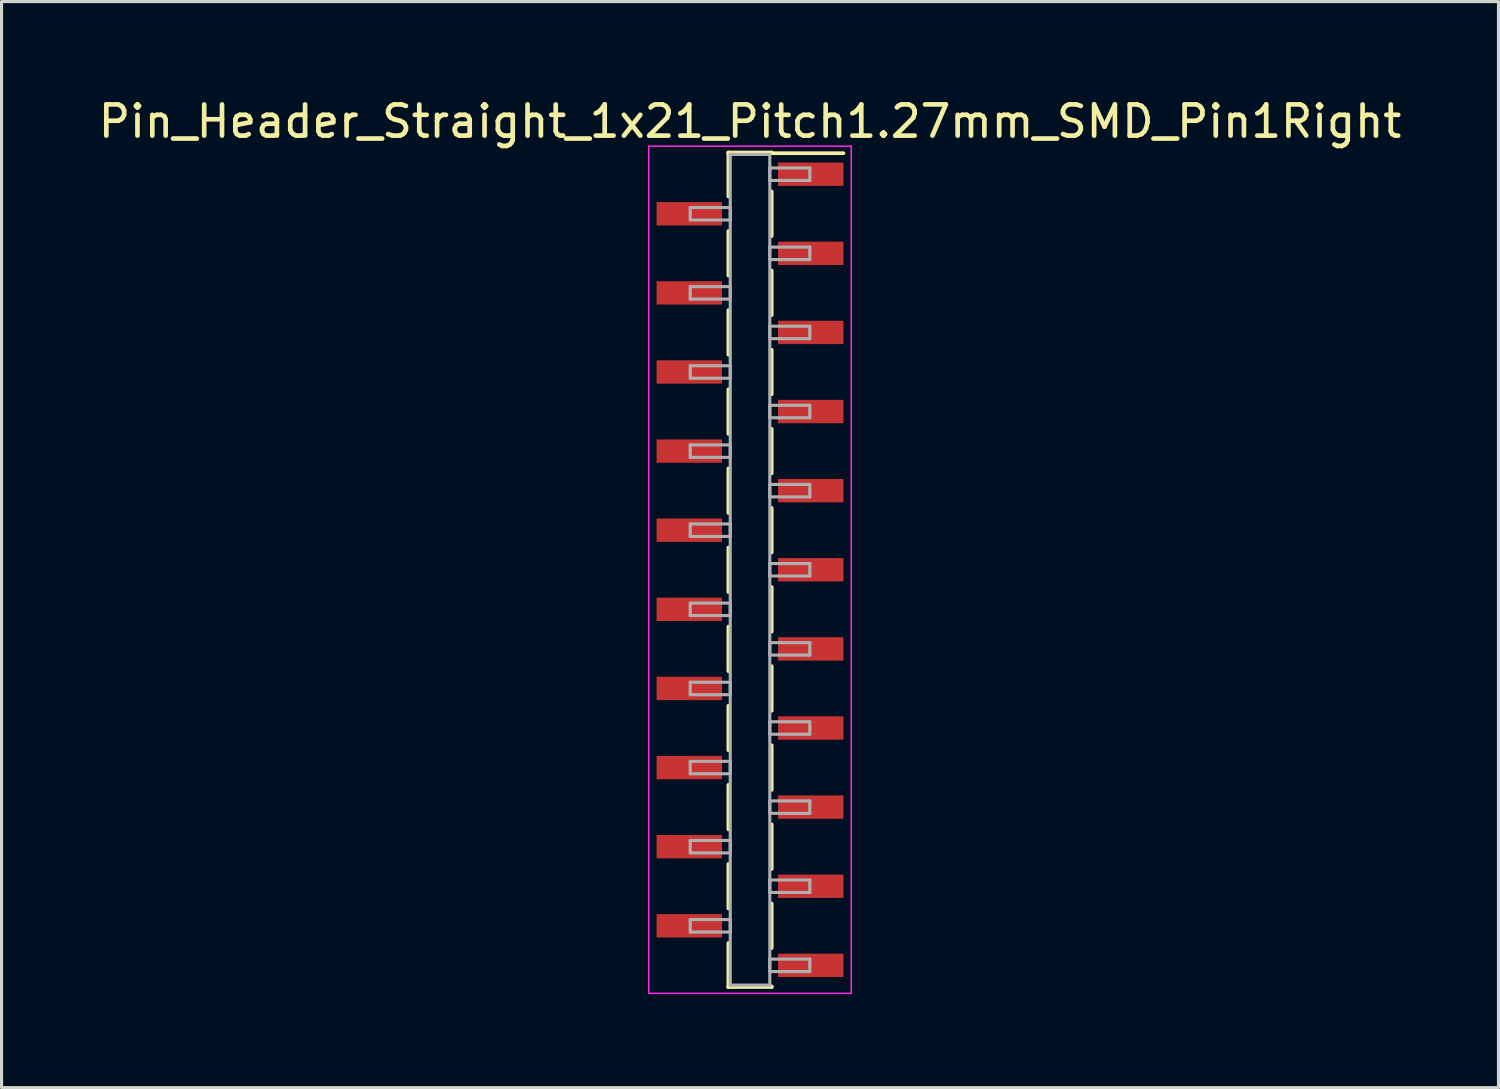
<source format=kicad_pcb>
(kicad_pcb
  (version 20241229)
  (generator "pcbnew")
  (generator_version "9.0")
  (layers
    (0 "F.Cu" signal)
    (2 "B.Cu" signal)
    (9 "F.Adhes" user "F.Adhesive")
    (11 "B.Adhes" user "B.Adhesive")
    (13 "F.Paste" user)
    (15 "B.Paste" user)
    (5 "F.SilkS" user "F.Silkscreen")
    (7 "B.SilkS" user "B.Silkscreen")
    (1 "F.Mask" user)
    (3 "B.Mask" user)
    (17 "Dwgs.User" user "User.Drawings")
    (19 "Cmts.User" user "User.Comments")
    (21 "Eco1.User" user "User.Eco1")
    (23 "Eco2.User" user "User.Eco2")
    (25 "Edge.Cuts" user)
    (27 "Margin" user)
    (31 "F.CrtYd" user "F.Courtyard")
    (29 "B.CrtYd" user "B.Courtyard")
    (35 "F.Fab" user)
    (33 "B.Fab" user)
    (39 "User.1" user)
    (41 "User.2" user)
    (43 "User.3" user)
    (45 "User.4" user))
  (footprint "Pin_Header_Straight_1x21_Pitch1.27mm_SMD_Pin1Right"
    (layer "F.Cu")
    (at 21.03 15.243)
    (property "Reference" "Pin_Header_Straight_1x21_Pitch1.27mm_SMD_Pin1Right" (at 0 -14.395 0) (layer "F.SilkS") (effects (font (size 1 1) (thickness 0.15))))
    (attr smd)
    (fp_line (start -0.695 -13.395) (end -0.695 -11.985) (stroke (width 0.12) (type solid)) (layer "F.SilkS"))
    (fp_line (start -0.695 -13.395) (end 0.695 -13.395) (stroke (width 0.12) (type solid)) (layer "F.SilkS"))
    (fp_line (start -0.695 -13.375) (end -0.695 -13.395) (stroke (width 0.12) (type solid)) (layer "F.SilkS"))
    (fp_line (start -0.695 -10.875) (end -0.695 -9.445) (stroke (width 0.12) (type solid)) (layer "F.SilkS"))
    (fp_line (start -0.695 -8.335) (end -0.695 -6.905) (stroke (width 0.12) (type solid)) (layer "F.SilkS"))
    (fp_line (start -0.695 -5.795) (end -0.695 -4.365) (stroke (width 0.12) (type solid)) (layer "F.SilkS"))
    (fp_line (start -0.695 -3.255) (end -0.695 -1.825) (stroke (width 0.12) (type solid)) (layer "F.SilkS"))
    (fp_line (start -0.695 -0.715) (end -0.695 0.715) (stroke (width 0.12) (type solid)) (layer "F.SilkS"))
    (fp_line (start -0.695 1.825) (end -0.695 3.255) (stroke (width 0.12) (type solid)) (layer "F.SilkS"))
    (fp_line (start -0.695 4.365) (end -0.695 5.795) (stroke (width 0.12) (type solid)) (layer "F.SilkS"))
    (fp_line (start -0.695 6.905) (end -0.695 8.335) (stroke (width 0.12) (type solid)) (layer "F.SilkS"))
    (fp_line (start -0.695 9.445) (end -0.695 10.875) (stroke (width 0.12) (type solid)) (layer "F.SilkS"))
    (fp_line (start -0.695 11.985) (end -0.695 13.395) (stroke (width 0.12) (type solid)) (layer "F.SilkS"))
    (fp_line (start -0.695 13.375) (end -0.695 13.395) (stroke (width 0.12) (type solid)) (layer "F.SilkS"))
    (fp_line (start -0.695 13.395) (end 0.695 13.395) (stroke (width 0.12) (type solid)) (layer "F.SilkS"))
    (fp_line (start 0.695 -13.395) (end 0.695 -13.375) (stroke (width 0.12) (type solid)) (layer "F.SilkS"))
    (fp_line (start 0.695 -13.375) (end 3 -13.375) (stroke (width 0.12) (type solid)) (layer "F.SilkS"))
    (fp_line (start 0.695 -12.145) (end 0.695 -10.715) (stroke (width 0.12) (type solid)) (layer "F.SilkS"))
    (fp_line (start 0.695 -9.605) (end 0.695 -8.175) (stroke (width 0.12) (type solid)) (layer "F.SilkS"))
    (fp_line (start 0.695 -7.065) (end 0.695 -5.635) (stroke (width 0.12) (type solid)) (layer "F.SilkS"))
    (fp_line (start 0.695 -4.525) (end 0.695 -3.095) (stroke (width 0.12) (type solid)) (layer "F.SilkS"))
    (fp_line (start 0.695 -1.985) (end 0.695 -0.555) (stroke (width 0.12) (type solid)) (layer "F.SilkS"))
    (fp_line (start 0.695 0.555) (end 0.695 1.985) (stroke (width 0.12) (type solid)) (layer "F.SilkS"))
    (fp_line (start 0.695 3.095) (end 0.695 4.525) (stroke (width 0.12) (type solid)) (layer "F.SilkS"))
    (fp_line (start 0.695 5.635) (end 0.695 7.065) (stroke (width 0.12) (type solid)) (layer "F.SilkS"))
    (fp_line (start 0.695 8.175) (end 0.695 9.605) (stroke (width 0.12) (type solid)) (layer "F.SilkS"))
    (fp_line (start 0.695 10.715) (end 0.695 12.145) (stroke (width 0.12) (type solid)) (layer "F.SilkS"))
    (fp_line (start 0.695 13.395) (end 0.695 13.375) (stroke (width 0.12) (type solid)) (layer "F.SilkS"))
    (fp_line (start -3.25 -13.6) (end -3.25 13.6) (stroke (width 0.05) (type solid)) (layer "F.CrtYd"))
    (fp_line (start -3.25 13.6) (end 3.25 13.6) (stroke (width 0.05) (type solid)) (layer "F.CrtYd"))
    (fp_line (start 3.25 -13.6) (end -3.25 -13.6) (stroke (width 0.05) (type solid)) (layer "F.CrtYd"))
    (fp_line (start 3.25 13.6) (end 3.25 -13.6) (stroke (width 0.05) (type solid)) (layer "F.CrtYd"))
    (fp_line (start -1.92 -11.63) (end -0.635 -11.63) (stroke (width 0.1) (type solid)) (layer "F.Fab"))
    (fp_line (start -1.92 -11.23) (end -1.92 -11.63) (stroke (width 0.1) (type solid)) (layer "F.Fab"))
    (fp_line (start -1.92 -9.09) (end -0.635 -9.09) (stroke (width 0.1) (type solid)) (layer "F.Fab"))
    (fp_line (start -1.92 -8.69) (end -1.92 -9.09) (stroke (width 0.1) (type solid)) (layer "F.Fab"))
    (fp_line (start -1.92 -6.55) (end -0.635 -6.55) (stroke (width 0.1) (type solid)) (layer "F.Fab"))
    (fp_line (start -1.92 -6.15) (end -1.92 -6.55) (stroke (width 0.1) (type solid)) (layer "F.Fab"))
    (fp_line (start -1.92 -4.01) (end -0.635 -4.01) (stroke (width 0.1) (type solid)) (layer "F.Fab"))
    (fp_line (start -1.92 -3.61) (end -1.92 -4.01) (stroke (width 0.1) (type solid)) (layer "F.Fab"))
    (fp_line (start -1.92 -1.47) (end -0.635 -1.47) (stroke (width 0.1) (type solid)) (layer "F.Fab"))
    (fp_line (start -1.92 -1.07) (end -1.92 -1.47) (stroke (width 0.1) (type solid)) (layer "F.Fab"))
    (fp_line (start -1.92 1.07) (end -0.635 1.07) (stroke (width 0.1) (type solid)) (layer "F.Fab"))
    (fp_line (start -1.92 1.47) (end -1.92 1.07) (stroke (width 0.1) (type solid)) (layer "F.Fab"))
    (fp_line (start -1.92 3.61) (end -0.635 3.61) (stroke (width 0.1) (type solid)) (layer "F.Fab"))
    (fp_line (start -1.92 4.01) (end -1.92 3.61) (stroke (width 0.1) (type solid)) (layer "F.Fab"))
    (fp_line (start -1.92 6.15) (end -0.635 6.15) (stroke (width 0.1) (type solid)) (layer "F.Fab"))
    (fp_line (start -1.92 6.55) (end -1.92 6.15) (stroke (width 0.1) (type solid)) (layer "F.Fab"))
    (fp_line (start -1.92 8.69) (end -0.635 8.69) (stroke (width 0.1) (type solid)) (layer "F.Fab"))
    (fp_line (start -1.92 9.09) (end -1.92 8.69) (stroke (width 0.1) (type solid)) (layer "F.Fab"))
    (fp_line (start -1.92 11.23) (end -0.635 11.23) (stroke (width 0.1) (type solid)) (layer "F.Fab"))
    (fp_line (start -1.92 11.63) (end -1.92 11.23) (stroke (width 0.1) (type solid)) (layer "F.Fab"))
    (fp_line (start -0.635 -13.335) (end -0.635 13.335) (stroke (width 0.1) (type solid)) (layer "F.Fab"))
    (fp_line (start -0.635 -11.63) (end -0.635 -11.23) (stroke (width 0.1) (type solid)) (layer "F.Fab"))
    (fp_line (start -0.635 -11.23) (end -1.92 -11.23) (stroke (width 0.1) (type solid)) (layer "F.Fab"))
    (fp_line (start -0.635 -9.09) (end -0.635 -8.69) (stroke (width 0.1) (type solid)) (layer "F.Fab"))
    (fp_line (start -0.635 -8.69) (end -1.92 -8.69) (stroke (width 0.1) (type solid)) (layer "F.Fab"))
    (fp_line (start -0.635 -6.55) (end -0.635 -6.15) (stroke (width 0.1) (type solid)) (layer "F.Fab"))
    (fp_line (start -0.635 -6.15) (end -1.92 -6.15) (stroke (width 0.1) (type solid)) (layer "F.Fab"))
    (fp_line (start -0.635 -4.01) (end -0.635 -3.61) (stroke (width 0.1) (type solid)) (layer "F.Fab"))
    (fp_line (start -0.635 -3.61) (end -1.92 -3.61) (stroke (width 0.1) (type solid)) (layer "F.Fab"))
    (fp_line (start -0.635 -1.47) (end -0.635 -1.07) (stroke (width 0.1) (type solid)) (layer "F.Fab"))
    (fp_line (start -0.635 -1.07) (end -1.92 -1.07) (stroke (width 0.1) (type solid)) (layer "F.Fab"))
    (fp_line (start -0.635 1.07) (end -0.635 1.47) (stroke (width 0.1) (type solid)) (layer "F.Fab"))
    (fp_line (start -0.635 1.47) (end -1.92 1.47) (stroke (width 0.1) (type solid)) (layer "F.Fab"))
    (fp_line (start -0.635 3.61) (end -0.635 4.01) (stroke (width 0.1) (type solid)) (layer "F.Fab"))
    (fp_line (start -0.635 4.01) (end -1.92 4.01) (stroke (width 0.1) (type solid)) (layer "F.Fab"))
    (fp_line (start -0.635 6.15) (end -0.635 6.55) (stroke (width 0.1) (type solid)) (layer "F.Fab"))
    (fp_line (start -0.635 6.55) (end -1.92 6.55) (stroke (width 0.1) (type solid)) (layer "F.Fab"))
    (fp_line (start -0.635 8.69) (end -0.635 9.09) (stroke (width 0.1) (type solid)) (layer "F.Fab"))
    (fp_line (start -0.635 9.09) (end -1.92 9.09) (stroke (width 0.1) (type solid)) (layer "F.Fab"))
    (fp_line (start -0.635 11.23) (end -0.635 11.63) (stroke (width 0.1) (type solid)) (layer "F.Fab"))
    (fp_line (start -0.635 11.63) (end -1.92 11.63) (stroke (width 0.1) (type solid)) (layer "F.Fab"))
    (fp_line (start -0.635 13.335) (end 0.635 13.335) (stroke (width 0.1) (type solid)) (layer "F.Fab"))
    (fp_line (start 0.635 -13.335) (end -0.635 -13.335) (stroke (width 0.1) (type solid)) (layer "F.Fab"))
    (fp_line (start 0.635 -12.9) (end 0.635 -12.5) (stroke (width 0.1) (type solid)) (layer "F.Fab"))
    (fp_line (start 0.635 -12.5) (end 1.92 -12.5) (stroke (width 0.1) (type solid)) (layer "F.Fab"))
    (fp_line (start 0.635 -10.36) (end 0.635 -9.96) (stroke (width 0.1) (type solid)) (layer "F.Fab"))
    (fp_line (start 0.635 -9.96) (end 1.92 -9.96) (stroke (width 0.1) (type solid)) (layer "F.Fab"))
    (fp_line (start 0.635 -7.82) (end 0.635 -7.42) (stroke (width 0.1) (type solid)) (layer "F.Fab"))
    (fp_line (start 0.635 -7.42) (end 1.92 -7.42) (stroke (width 0.1) (type solid)) (layer "F.Fab"))
    (fp_line (start 0.635 -5.28) (end 0.635 -4.88) (stroke (width 0.1) (type solid)) (layer "F.Fab"))
    (fp_line (start 0.635 -4.88) (end 1.92 -4.88) (stroke (width 0.1) (type solid)) (layer "F.Fab"))
    (fp_line (start 0.635 -2.74) (end 0.635 -2.34) (stroke (width 0.1) (type solid)) (layer "F.Fab"))
    (fp_line (start 0.635 -2.34) (end 1.92 -2.34) (stroke (width 0.1) (type solid)) (layer "F.Fab"))
    (fp_line (start 0.635 -0.2) (end 0.635 0.2) (stroke (width 0.1) (type solid)) (layer "F.Fab"))
    (fp_line (start 0.635 0.2) (end 1.92 0.2) (stroke (width 0.1) (type solid)) (layer "F.Fab"))
    (fp_line (start 0.635 2.34) (end 0.635 2.74) (stroke (width 0.1) (type solid)) (layer "F.Fab"))
    (fp_line (start 0.635 2.74) (end 1.92 2.74) (stroke (width 0.1) (type solid)) (layer "F.Fab"))
    (fp_line (start 0.635 4.88) (end 0.635 5.28) (stroke (width 0.1) (type solid)) (layer "F.Fab"))
    (fp_line (start 0.635 5.28) (end 1.92 5.28) (stroke (width 0.1) (type solid)) (layer "F.Fab"))
    (fp_line (start 0.635 7.42) (end 0.635 7.82) (stroke (width 0.1) (type solid)) (layer "F.Fab"))
    (fp_line (start 0.635 7.82) (end 1.92 7.82) (stroke (width 0.1) (type solid)) (layer "F.Fab"))
    (fp_line (start 0.635 9.96) (end 0.635 10.36) (stroke (width 0.1) (type solid)) (layer "F.Fab"))
    (fp_line (start 0.635 10.36) (end 1.92 10.36) (stroke (width 0.1) (type solid)) (layer "F.Fab"))
    (fp_line (start 0.635 12.5) (end 0.635 12.9) (stroke (width 0.1) (type solid)) (layer "F.Fab"))
    (fp_line (start 0.635 12.9) (end 1.92 12.9) (stroke (width 0.1) (type solid)) (layer "F.Fab"))
    (fp_line (start 0.635 13.335) (end 0.635 -13.335) (stroke (width 0.1) (type solid)) (layer "F.Fab"))
    (fp_line (start 1.92 -12.9) (end 0.635 -12.9) (stroke (width 0.1) (type solid)) (layer "F.Fab"))
    (fp_line (start 1.92 -12.5) (end 1.92 -12.9) (stroke (width 0.1) (type solid)) (layer "F.Fab"))
    (fp_line (start 1.92 -10.36) (end 0.635 -10.36) (stroke (width 0.1) (type solid)) (layer "F.Fab"))
    (fp_line (start 1.92 -9.96) (end 1.92 -10.36) (stroke (width 0.1) (type solid)) (layer "F.Fab"))
    (fp_line (start 1.92 -7.82) (end 0.635 -7.82) (stroke (width 0.1) (type solid)) (layer "F.Fab"))
    (fp_line (start 1.92 -7.42) (end 1.92 -7.82) (stroke (width 0.1) (type solid)) (layer "F.Fab"))
    (fp_line (start 1.92 -5.28) (end 0.635 -5.28) (stroke (width 0.1) (type solid)) (layer "F.Fab"))
    (fp_line (start 1.92 -4.88) (end 1.92 -5.28) (stroke (width 0.1) (type solid)) (layer "F.Fab"))
    (fp_line (start 1.92 -2.74) (end 0.635 -2.74) (stroke (width 0.1) (type solid)) (layer "F.Fab"))
    (fp_line (start 1.92 -2.34) (end 1.92 -2.74) (stroke (width 0.1) (type solid)) (layer "F.Fab"))
    (fp_line (start 1.92 -0.2) (end 0.635 -0.2) (stroke (width 0.1) (type solid)) (layer "F.Fab"))
    (fp_line (start 1.92 0.2) (end 1.92 -0.2) (stroke (width 0.1) (type solid)) (layer "F.Fab"))
    (fp_line (start 1.92 2.34) (end 0.635 2.34) (stroke (width 0.1) (type solid)) (layer "F.Fab"))
    (fp_line (start 1.92 2.74) (end 1.92 2.34) (stroke (width 0.1) (type solid)) (layer "F.Fab"))
    (fp_line (start 1.92 4.88) (end 0.635 4.88) (stroke (width 0.1) (type solid)) (layer "F.Fab"))
    (fp_line (start 1.92 5.28) (end 1.92 4.88) (stroke (width 0.1) (type solid)) (layer "F.Fab"))
    (fp_line (start 1.92 7.42) (end 0.635 7.42) (stroke (width 0.1) (type solid)) (layer "F.Fab"))
    (fp_line (start 1.92 7.82) (end 1.92 7.42) (stroke (width 0.1) (type solid)) (layer "F.Fab"))
    (fp_line (start 1.92 9.96) (end 0.635 9.96) (stroke (width 0.1) (type solid)) (layer "F.Fab"))
    (fp_line (start 1.92 10.36) (end 1.92 9.96) (stroke (width 0.1) (type solid)) (layer "F.Fab"))
    (fp_line (start 1.92 12.5) (end 0.635 12.5) (stroke (width 0.1) (type solid)) (layer "F.Fab"))
    (fp_line (start 1.92 12.9) (end 1.92 12.5) (stroke (width 0.1) (type solid)) (layer "F.Fab"))
    (pad "1" smd rect (at 1.95 -12.7) (size 2.1 0.75) (layers "F.Cu" "F.Mask"))
    (pad "2" smd rect (at -1.95 -11.43) (size 2.1 0.75) (layers "F.Cu" "F.Mask"))
    (pad "3" smd rect (at 1.95 -10.16) (size 2.1 0.75) (layers "F.Cu" "F.Mask"))
    (pad "4" smd rect (at -1.95 -8.89) (size 2.1 0.75) (layers "F.Cu" "F.Mask"))
    (pad "5" smd rect (at 1.95 -7.62) (size 2.1 0.75) (layers "F.Cu" "F.Mask"))
    (pad "6" smd rect (at -1.95 -6.35) (size 2.1 0.75) (layers "F.Cu" "F.Mask"))
    (pad "7" smd rect (at 1.95 -5.08) (size 2.1 0.75) (layers "F.Cu" "F.Mask"))
    (pad "8" smd rect (at -1.95 -3.81) (size 2.1 0.75) (layers "F.Cu" "F.Mask"))
    (pad "9" smd rect (at 1.95 -2.54) (size 2.1 0.75) (layers "F.Cu" "F.Mask"))
    (pad "10" smd rect (at -1.95 -1.27) (size 2.1 0.75) (layers "F.Cu" "F.Mask"))
    (pad "11" smd rect (at 1.95 0) (size 2.1 0.75) (layers "F.Cu" "F.Mask"))
    (pad "12" smd rect (at -1.95 1.27) (size 2.1 0.75) (layers "F.Cu" "F.Mask"))
    (pad "13" smd rect (at 1.95 2.54) (size 2.1 0.75) (layers "F.Cu" "F.Mask"))
    (pad "14" smd rect (at -1.95 3.81) (size 2.1 0.75) (layers "F.Cu" "F.Mask"))
    (pad "15" smd rect (at 1.95 5.08) (size 2.1 0.75) (layers "F.Cu" "F.Mask"))
    (pad "16" smd rect (at -1.95 6.35) (size 2.1 0.75) (layers "F.Cu" "F.Mask"))
    (pad "17" smd rect (at 1.95 7.62) (size 2.1 0.75) (layers "F.Cu" "F.Mask"))
    (pad "18" smd rect (at -1.95 8.89) (size 2.1 0.75) (layers "F.Cu" "F.Mask"))
    (pad "19" smd rect (at 1.95 10.16) (size 2.1 0.75) (layers "F.Cu" "F.Mask"))
    (pad "20" smd rect (at -1.95 11.43) (size 2.1 0.75) (layers "F.Cu" "F.Mask"))
    (pad "21" smd rect (at 1.95 12.7) (size 2.1 0.75) (layers "F.Cu" "F.Mask")))
  (gr_rect
    (start -3 -3)
    (end 45.06 31.868)
    (stroke (width 0.1) (type default))
    (fill no)
    (layer "Edge.Cuts")))
</source>
